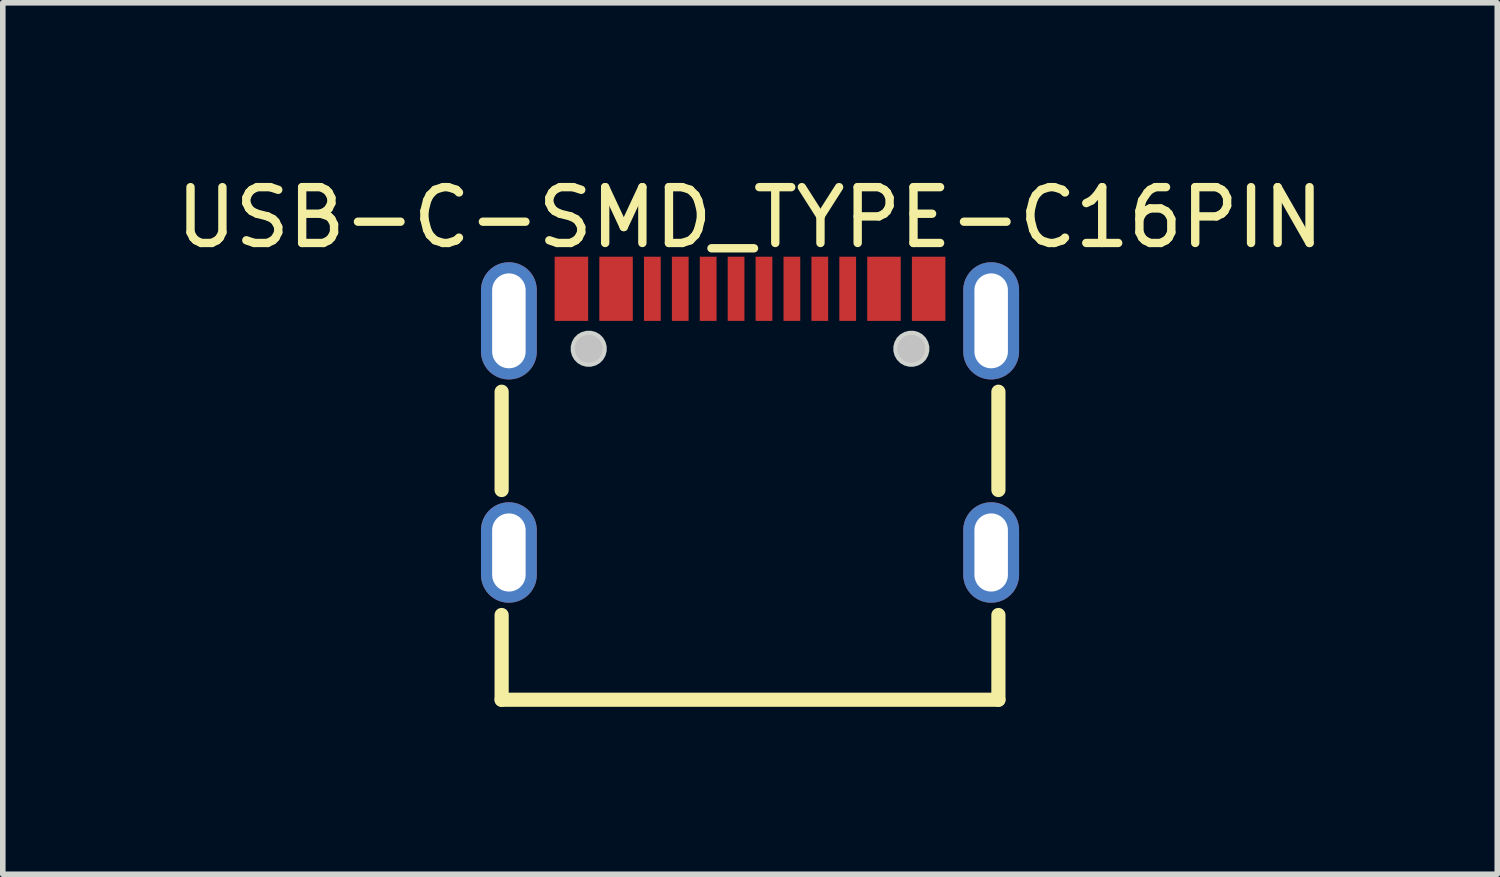
<source format=kicad_pcb>
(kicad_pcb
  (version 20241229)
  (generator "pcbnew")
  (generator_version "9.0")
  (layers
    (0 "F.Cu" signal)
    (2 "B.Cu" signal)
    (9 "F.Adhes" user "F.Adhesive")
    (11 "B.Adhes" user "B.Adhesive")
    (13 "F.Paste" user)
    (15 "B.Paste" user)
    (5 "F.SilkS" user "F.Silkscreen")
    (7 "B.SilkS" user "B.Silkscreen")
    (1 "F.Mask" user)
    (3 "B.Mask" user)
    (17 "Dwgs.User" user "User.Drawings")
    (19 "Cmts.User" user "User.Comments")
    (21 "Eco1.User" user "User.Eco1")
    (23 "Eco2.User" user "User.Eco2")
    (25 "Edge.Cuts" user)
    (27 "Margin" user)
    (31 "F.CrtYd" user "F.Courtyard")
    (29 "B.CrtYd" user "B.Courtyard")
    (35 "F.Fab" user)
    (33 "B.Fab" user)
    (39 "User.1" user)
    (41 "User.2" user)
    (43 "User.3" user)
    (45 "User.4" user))
  (footprint "USB-C-SMD_TYPE-C16PIN"
    (layer "F.Cu")
    (at 10.387 4.486)
    (property "Reference" "USB-C-SMD_TYPE-C16PIN" (at 0 -3.638 0) (layer "F.SilkS") (effects (font (size 1 1) (thickness 0.15))))
    (fp_line (start -4.45 -0.518) (end -4.45 1.243) (stroke (width 0.254) (type default)) (layer "F.SilkS"))
    (fp_line (start -4.45 3.482) (end -4.45 5) (stroke (width 0.254) (type default)) (layer "F.SilkS"))
    (fp_line (start -4.45 5) (end 4.45 5) (stroke (width 0.254) (type default)) (layer "F.SilkS"))
    (fp_line (start 4.45 1.243) (end 4.45 -0.518) (stroke (width 0.254) (type default)) (layer "F.SilkS"))
    (fp_line (start 4.45 5) (end 4.45 3.482) (stroke (width 0.254) (type default)) (layer "F.SilkS"))
    (fp_poly (pts (xy -3.5 -2.938) (xy -2.9 -2.938) (xy -2.9 -1.788) (xy -3.5 -1.788)) (stroke (width 0) (type default)) (fill yes) (layer "F.Paste"))
    (fp_poly (pts (xy -2.7 -2.938) (xy -2.1 -2.938) (xy -2.1 -1.788) (xy -2.7 -1.788)) (stroke (width 0) (type default)) (fill yes) (layer "F.Paste"))
    (fp_poly (pts (xy -1.9 -2.938) (xy -1.6 -2.938) (xy -1.6 -1.788) (xy -1.9 -1.788)) (stroke (width 0) (type default)) (fill yes) (layer "F.Paste"))
    (fp_poly (pts (xy -1.4 -2.938) (xy -1.1 -2.938) (xy -1.1 -1.788) (xy -1.4 -1.788)) (stroke (width 0) (type default)) (fill yes) (layer "F.Paste"))
    (fp_poly (pts (xy -0.9 -2.938) (xy -0.6 -2.938) (xy -0.6 -1.788) (xy -0.9 -1.788)) (stroke (width 0) (type default)) (fill yes) (layer "F.Paste"))
    (fp_poly (pts (xy -0.4 -2.938) (xy -0.1 -2.938) (xy -0.1 -1.788) (xy -0.4 -1.788)) (stroke (width 0) (type default)) (fill yes) (layer "F.Paste"))
    (fp_poly (pts (xy 0.1 -2.938) (xy 0.4 -2.938) (xy 0.4 -1.788) (xy 0.1 -1.788)) (stroke (width 0) (type default)) (fill yes) (layer "F.Paste"))
    (fp_poly (pts (xy 0.6 -2.938) (xy 0.9 -2.938) (xy 0.9 -1.788) (xy 0.6 -1.788)) (stroke (width 0) (type default)) (fill yes) (layer "F.Paste"))
    (fp_poly (pts (xy 1.1 -2.938) (xy 1.4 -2.938) (xy 1.4 -1.788) (xy 1.1 -1.788)) (stroke (width 0) (type default)) (fill yes) (layer "F.Paste"))
    (fp_poly (pts (xy 1.6 -2.938) (xy 1.9 -2.938) (xy 1.9 -1.788) (xy 1.6 -1.788)) (stroke (width 0) (type default)) (fill yes) (layer "F.Paste"))
    (fp_poly (pts (xy 2.1 -2.938) (xy 2.7 -2.938) (xy 2.7 -1.788) (xy 2.1 -1.788)) (stroke (width 0) (type default)) (fill yes) (layer "F.Paste"))
    (fp_poly (pts (xy 2.9 -2.938) (xy 3.5 -2.938) (xy 3.5 -1.788) (xy 2.9 -1.788)) (stroke (width 0) (type default)) (fill yes) (layer "F.Paste"))
    (fp_poly (pts (arc (start -4.82 -2.3375) (mid -4.32 -2.8375) (end -3.82 -2.3375)) (arc (start -3.82 -1.2375) (mid -4.32 -0.7375) (end -4.82 -1.2375))) (stroke (width 0) (type default)) (fill yes) (layer "F.Paste"))
    (fp_poly (pts (arc (start -4.82 1.9625) (mid -4.32 1.4625) (end -3.82 1.9625)) (arc (start -3.82 2.7625) (mid -4.32 3.2625) (end -4.82 2.7625))) (stroke (width 0) (type default)) (fill yes) (layer "F.Paste"))
    (fp_poly (pts (arc (start 3.82 -2.3375) (mid 4.32 -2.8375) (end 4.82 -2.3375)) (arc (start 4.82 -1.2375) (mid 4.32 -0.7375) (end 3.82 -1.2375))) (stroke (width 0) (type default)) (fill yes) (layer "F.Paste"))
    (fp_poly (pts (arc (start 3.82 1.9625) (mid 4.32 1.4625) (end 4.82 1.9625)) (arc (start 4.82 2.7625) (mid 4.32 3.2625) (end 3.82 2.7625))) (stroke (width 0) (type default)) (fill yes) (layer "F.Paste"))
    (fp_circle (center -2.89 -1.288) (end -2.765 -1.288) (stroke (width 0.25) (type default)) (fill no) (layer "Dwgs.User"))
    (fp_circle (center 2.89 -1.288) (end 3.015 -1.288) (stroke (width 0.25) (type default)) (fill no) (layer "Dwgs.User"))
    (fp_poly (pts (xy -2.568 -1.33) (xy -2.59 -1.412) (xy -2.632 -1.486) (xy -2.692 -1.546) (xy -2.766 -1.588) (xy -2.848 -1.61) (xy -2.932 -1.61) (xy -3.014 -1.588) (xy -3.088 -1.546) (xy -3.148 -1.486) (xy -3.19 -1.412) (xy -3.212 -1.33) (xy -3.212 -1.246) (xy -3.19 -1.164) (xy -3.148 -1.09) (xy -3.088 -1.03) (xy -3.014 -0.988) (xy -2.932 -0.966) (xy -2.848 -0.966) (xy -2.766 -0.988) (xy -2.692 -1.03) (xy -2.632 -1.09) (xy -2.59 -1.164) (xy -2.568 -1.246)) (stroke (width 0) (type default)) (fill yes) (layer "Edge.Cuts"))
    (fp_poly (pts (xy 3.212 -1.33) (xy 3.19 -1.412) (xy 3.148 -1.486) (xy 3.088 -1.546) (xy 3.014 -1.588) (xy 2.932 -1.61) (xy 2.848 -1.61) (xy 2.766 -1.588) (xy 2.692 -1.546) (xy 2.632 -1.486) (xy 2.59 -1.412) (xy 2.568 -1.33) (xy 2.568 -1.246) (xy 2.59 -1.164) (xy 2.632 -1.09) (xy 2.692 -1.03) (xy 2.766 -0.988) (xy 2.848 -0.966) (xy 2.932 -0.966) (xy 3.014 -0.988) (xy 3.088 -1.03) (xy 3.148 -1.09) (xy 3.19 -1.164) (xy 3.212 -1.246)) (stroke (width 0) (type default)) (fill yes) (layer "Edge.Cuts"))
    (fp_poly (pts (xy -4.47 -2.337) (xy -4.17 -2.337) (xy -4.17 -1.238) (xy -4.47 -1.238)) (stroke (width 0.1) (type default)) (fill no) (layer "User.1"))
    (fp_poly (pts (xy -4.47 1.962) (xy -4.17 1.962) (xy -4.17 2.763) (xy -4.47 2.763)) (stroke (width 0.1) (type default)) (fill no) (layer "User.1"))
    (fp_poly (pts (xy -3.4 -2.803) (xy -3 -2.803) (xy -3 -2.103) (xy -3.4 -2.103)) (stroke (width 0.1) (type default)) (fill no) (layer "User.1"))
    (fp_poly (pts (xy -2.6 -2.803) (xy -2.2 -2.803) (xy -2.2 -2.103) (xy -2.6 -2.103)) (stroke (width 0.1) (type default)) (fill no) (layer "User.1"))
    (fp_poly (pts (xy -1.85 -2.803) (xy -1.65 -2.803) (xy -1.65 -2.103) (xy -1.85 -2.103)) (stroke (width 0.1) (type default)) (fill no) (layer "User.1"))
    (fp_poly (pts (xy -1.35 -2.803) (xy -1.15 -2.803) (xy -1.15 -2.103) (xy -1.35 -2.103)) (stroke (width 0.1) (type default)) (fill no) (layer "User.1"))
    (fp_poly (pts (xy -0.85 -2.803) (xy -0.65 -2.803) (xy -0.65 -2.103) (xy -0.85 -2.103)) (stroke (width 0.1) (type default)) (fill no) (layer "User.1"))
    (fp_poly (pts (xy -0.35 -2.803) (xy -0.15 -2.803) (xy -0.15 -2.103) (xy -0.35 -2.103)) (stroke (width 0.1) (type default)) (fill no) (layer "User.1"))
    (fp_poly (pts (xy 0.15 -2.803) (xy 0.35 -2.803) (xy 0.35 -2.103) (xy 0.15 -2.103)) (stroke (width 0.1) (type default)) (fill no) (layer "User.1"))
    (fp_poly (pts (xy 0.65 -2.803) (xy 0.85 -2.803) (xy 0.85 -2.103) (xy 0.65 -2.103)) (stroke (width 0.1) (type default)) (fill no) (layer "User.1"))
    (fp_poly (pts (xy 1.15 -2.803) (xy 1.35 -2.803) (xy 1.35 -2.103) (xy 1.15 -2.103)) (stroke (width 0.1) (type default)) (fill no) (layer "User.1"))
    (fp_poly (pts (xy 1.65 -2.803) (xy 1.85 -2.803) (xy 1.85 -2.103) (xy 1.65 -2.103)) (stroke (width 0.1) (type default)) (fill no) (layer "User.1"))
    (fp_poly (pts (xy 2.2 -2.803) (xy 2.6 -2.803) (xy 2.6 -2.103) (xy 2.2 -2.103)) (stroke (width 0.1) (type default)) (fill no) (layer "User.1"))
    (fp_poly (pts (xy 3 -2.803) (xy 3.4 -2.803) (xy 3.4 -2.103) (xy 3 -2.103)) (stroke (width 0.1) (type default)) (fill no) (layer "User.1"))
    (fp_poly (pts (xy 4.17 -2.337) (xy 4.47 -2.337) (xy 4.47 -1.238) (xy 4.17 -1.238)) (stroke (width 0.1) (type default)) (fill no) (layer "User.1"))
    (fp_poly (pts (xy 4.17 1.962) (xy 4.47 1.962) (xy 4.47 2.763) (xy 4.17 2.763)) (stroke (width 0.1) (type default)) (fill no) (layer "User.1"))
    (fp_line (start -4.47 -2.338) (end 4.47 -2.338) (stroke (width 0.051) (type default)) (layer "User.2"))
    (fp_line (start -4.47 5.012) (end -4.47 -2.338) (stroke (width 0.051) (type default)) (layer "User.2"))
    (fp_line (start 4.47 -2.338) (end 4.47 5.012) (stroke (width 0.051) (type default)) (layer "User.2"))
    (fp_line (start 4.47 5.012) (end -4.47 5.012) (stroke (width 0.051) (type default)) (layer "User.2"))
    (fp_poly (pts (xy -4.415 -2.825) (xy -4.447 -2.858) (xy -4.493 -2.858) (xy -4.525 -2.825) (xy -4.525 -2.78) (xy -4.493 -2.747) (xy -4.447 -2.747) (xy -4.415 -2.78)) (stroke (width 0.1) (type default)) (fill no) (layer "User.3"))
    (pad "1" thru_hole oval (at -4.32 -1.788) (size 1 2.1) (drill oval 0.6 1.7) (layers "*.Cu" "*.Mask"))
    (pad "2" thru_hole oval (at 4.32 -1.788) (size 1 2.1) (drill oval 0.6 1.7) (layers "*.Cu" "*.Mask"))
    (pad "3" thru_hole oval (at -4.32 2.362) (size 1 1.8) (drill oval 0.6 1.4) (layers "*.Cu" "*.Mask"))
    (pad "4" thru_hole oval (at 4.32 2.362) (size 1 1.8) (drill oval 0.6 1.4) (layers "*.Cu" "*.Mask"))
    (pad "A1B12" smd rect (at -3.2 -2.362) (size 0.6 1.15) (layers "F.Cu" "F.Mask" "F.Paste"))
    (pad "A4B9" smd rect (at -2.4 -2.362) (size 0.6 1.15) (layers "F.Cu" "F.Mask" "F.Paste"))
    (pad "A5" smd rect (at -1.25 -2.362) (size 0.3 1.15) (layers "F.Cu" "F.Mask" "F.Paste"))
    (pad "A6" smd rect (at -0.25 -2.362) (size 0.3 1.15) (layers "F.Cu" "F.Mask" "F.Paste"))
    (pad "A7" smd rect (at 0.25 -2.362) (size 0.3 1.15) (layers "F.Cu" "F.Mask" "F.Paste"))
    (pad "A8" smd rect (at 1.25 -2.362) (size 0.3 1.15) (layers "F.Cu" "F.Mask" "F.Paste"))
    (pad "B1A12" smd rect (at 3.2 -2.362) (size 0.6 1.15) (layers "F.Cu" "F.Mask" "F.Paste"))
    (pad "B4A9" smd rect (at 2.4 -2.362) (size 0.6 1.15) (layers "F.Cu" "F.Mask" "F.Paste"))
    (pad "B5" smd rect (at 1.75 -2.362) (size 0.3 1.15) (layers "F.Cu" "F.Mask" "F.Paste"))
    (pad "B6" smd rect (at 0.75 -2.362) (size 0.3 1.15) (layers "F.Cu" "F.Mask" "F.Paste"))
    (pad "B7" smd rect (at -0.75 -2.362) (size 0.3 1.15) (layers "F.Cu" "F.Mask" "F.Paste"))
    (pad "B8" smd rect (at -1.75 -2.362) (size 0.3 1.15) (layers "F.Cu" "F.Mask" "F.Paste")))
  (gr_rect
    (start -3 -3)
    (end 23.774 12.613)
    (stroke (width 0.1) (type default))
    (fill no)
    (layer "Edge.Cuts")))
</source>
